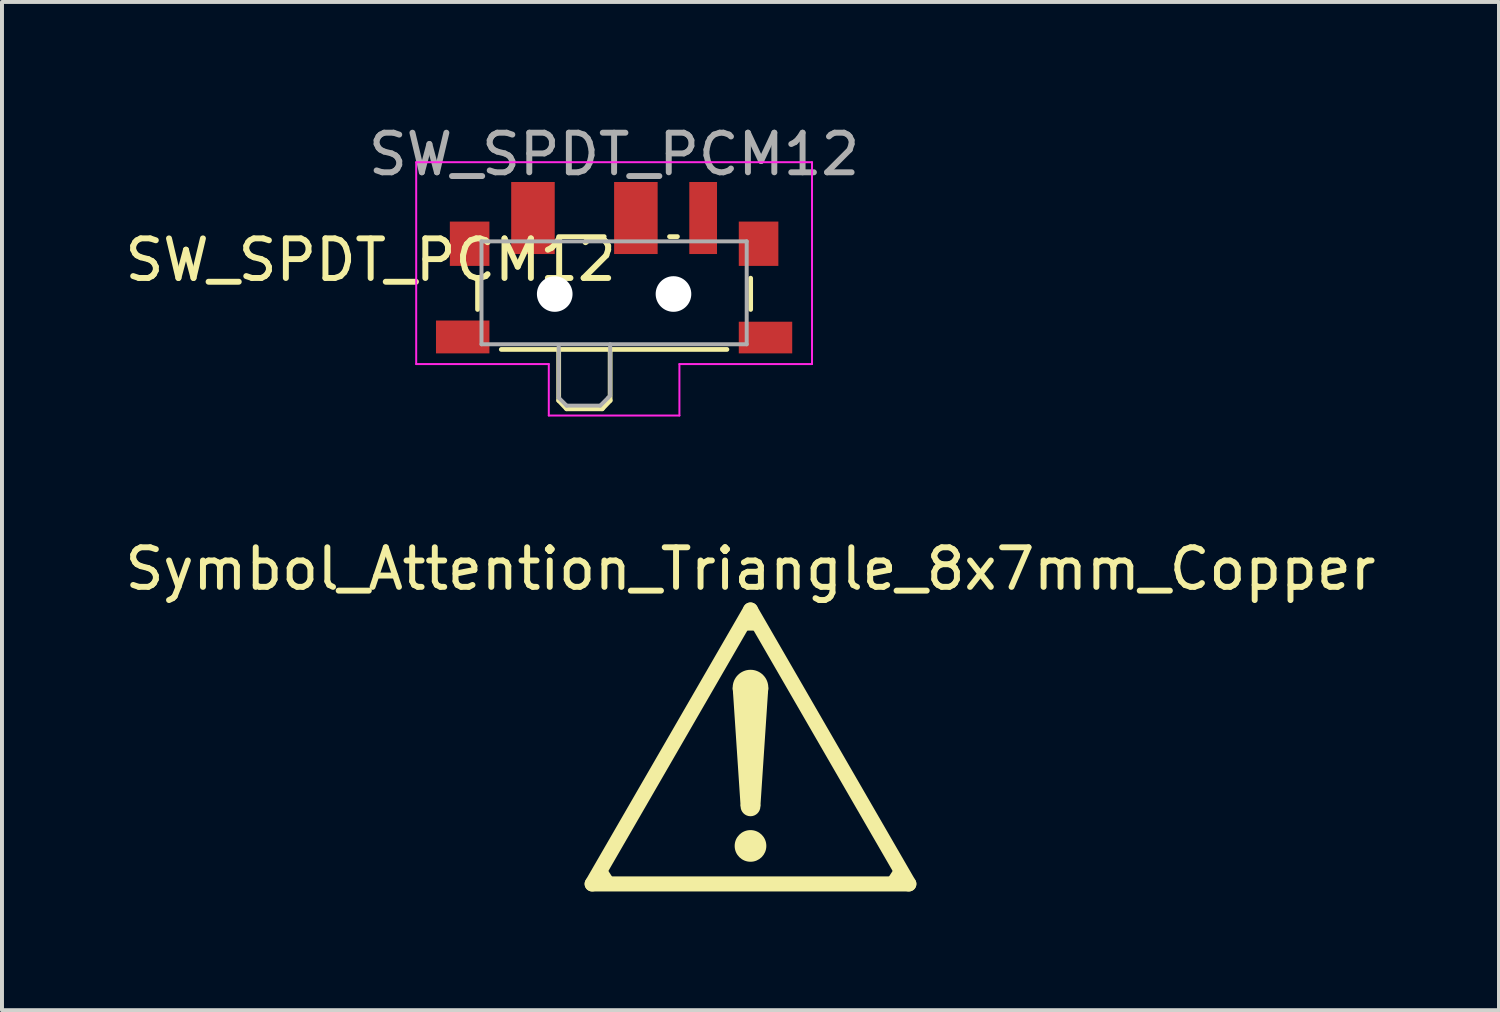
<source format=kicad_pcb>
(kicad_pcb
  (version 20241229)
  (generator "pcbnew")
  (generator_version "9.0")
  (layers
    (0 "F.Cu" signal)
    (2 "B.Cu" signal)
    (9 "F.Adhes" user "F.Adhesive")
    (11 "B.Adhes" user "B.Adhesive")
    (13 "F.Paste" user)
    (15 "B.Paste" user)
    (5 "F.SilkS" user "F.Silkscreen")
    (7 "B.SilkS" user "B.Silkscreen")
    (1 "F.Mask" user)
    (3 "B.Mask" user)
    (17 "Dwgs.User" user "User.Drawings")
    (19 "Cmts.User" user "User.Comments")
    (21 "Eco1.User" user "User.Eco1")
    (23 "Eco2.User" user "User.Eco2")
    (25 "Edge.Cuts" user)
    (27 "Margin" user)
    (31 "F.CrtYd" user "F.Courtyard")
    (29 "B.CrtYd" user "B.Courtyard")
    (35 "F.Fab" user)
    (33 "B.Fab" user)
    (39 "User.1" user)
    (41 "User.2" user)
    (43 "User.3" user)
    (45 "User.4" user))
  (footprint "SW_SPDT_PCM12"
    (layer "F.Cu")
    (at 12.465 4.048)
    (property "Reference" "SW_SPDT_PCM12" (at -6.15 -0.53 0) (layer "F.SilkS") (effects (font (size 1 1) (thickness 0.15))))
    (attr smd)
    (fp_line (start -3.45 -0.07) (end -3.45 0.72) (stroke (width 0.12) (type solid)) (layer "F.SilkS"))
    (fp_line (start -2.85 1.73) (end 2.85 1.73) (stroke (width 0.12) (type solid)) (layer "F.SilkS"))
    (fp_line (start -1.4 -1.12) (end -0.25 -1.12) (stroke (width 0.12) (type solid)) (layer "F.SilkS"))
    (fp_line (start -1.4 1.73) (end -1.4 3.02) (stroke (width 0.12) (type solid)) (layer "F.SilkS"))
    (fp_line (start -1.4 3.02) (end -1.2 3.23) (stroke (width 0.12) (type solid)) (layer "F.SilkS"))
    (fp_line (start -1.2 3.23) (end -0.3 3.23) (stroke (width 0.12) (type solid)) (layer "F.SilkS"))
    (fp_line (start -0.1 3.02) (end -0.3 3.23) (stroke (width 0.12) (type solid)) (layer "F.SilkS"))
    (fp_line (start -0.1 3.02) (end -0.1 1.73) (stroke (width 0.12) (type solid)) (layer "F.SilkS"))
    (fp_line (start 1.4 -1.12) (end 1.6 -1.12) (stroke (width 0.12) (type solid)) (layer "F.SilkS"))
    (fp_line (start 3.45 0.72) (end 3.45 -0.07) (stroke (width 0.12) (type solid)) (layer "F.SilkS"))
    (fp_line (start -5 -3) (end 5 -3) (stroke (width 0.05) (type solid)) (layer "F.CrtYd"))
    (fp_line (start -5 2.1) (end -5 -3) (stroke (width 0.05) (type solid)) (layer "F.CrtYd"))
    (fp_line (start -1.65 2.1) (end -5 2.1) (stroke (width 0.05) (type solid)) (layer "F.CrtYd"))
    (fp_line (start -1.65 3.4) (end -1.65 2.1) (stroke (width 0.05) (type solid)) (layer "F.CrtYd"))
    (fp_line (start 1.65 2.1) (end 1.65 3.4) (stroke (width 0.05) (type solid)) (layer "F.CrtYd"))
    (fp_line (start 1.65 3.4) (end -1.65 3.4) (stroke (width 0.05) (type solid)) (layer "F.CrtYd"))
    (fp_line (start 5 -3) (end 5 2.1) (stroke (width 0.05) (type solid)) (layer "F.CrtYd"))
    (fp_line (start 5 2.1) (end 1.65 2.1) (stroke (width 0.05) (type solid)) (layer "F.CrtYd"))
    (fp_line (start -3.35 -1) (end -3.35 1.6) (stroke (width 0.1) (type solid)) (layer "F.Fab"))
    (fp_line (start -3.35 1.6) (end 3.35 1.6) (stroke (width 0.1) (type solid)) (layer "F.Fab"))
    (fp_line (start -1.4 1.65) (end -1.4 2.95) (stroke (width 0.1) (type solid)) (layer "F.Fab"))
    (fp_line (start -1.4 2.95) (end -1.2 3.15) (stroke (width 0.1) (type solid)) (layer "F.Fab"))
    (fp_line (start -1.2 3.15) (end -0.35 3.15) (stroke (width 0.1) (type solid)) (layer "F.Fab"))
    (fp_line (start -0.35 3.15) (end -0.15 2.95) (stroke (width 0.1) (type solid)) (layer "F.Fab"))
    (fp_line (start -0.15 2.95) (end -0.1 2.9) (stroke (width 0.1) (type solid)) (layer "F.Fab"))
    (fp_line (start -0.1 2.9) (end -0.1 1.6) (stroke (width 0.1) (type solid)) (layer "F.Fab"))
    (fp_line (start 3.35 -1) (end -3.35 -1) (stroke (width 0.1) (type solid)) (layer "F.Fab"))
    (fp_line (start 3.35 1.6) (end 3.35 -1) (stroke (width 0.1) (type solid)) (layer "F.Fab"))
    (fp_text user "${REFERENCE}" (at 0 -3.2 0) (layer "F.Fab") (effects (font (size 1 1) (thickness 0.15))))
    (pad "" smd rect (at -3.825 1.415) (size 1.35 0.83) (layers "F.Cu" "F.Mask" "F.Paste"))
    (pad "" smd rect (at -3.65 -0.94) (size 1 1.12) (layers "F.Cu" "F.Mask" "F.Paste"))
    (pad "" np_thru_hole circle (at -1.5 0.33) (size 0.9 0.9) (drill 0.9) (layers "*.Cu" "*.Mask"))
    (pad "" np_thru_hole circle (at 1.5 0.33) (size 0.9 0.9) (drill 0.9) (layers "*.Cu" "*.Mask"))
    (pad "" smd rect (at 3.65 -0.94) (size 1 1.12) (layers "F.Cu" "F.Mask" "F.Paste"))
    (pad "" smd rect (at 3.825 1.43) (size 1.35 0.8) (layers "F.Cu" "F.Mask" "F.Paste"))
    (pad "1" smd rect (at -2.05 -1.59) (size 1.1 1.82) (layers "F.Cu" "F.Mask" "F.Paste"))
    (pad "2" smd rect (at 0.55 -1.59) (size 1.1 1.82) (layers "F.Cu" "F.Mask" "F.Paste"))
    (pad "3" smd rect (at 2.25 -1.59) (size 0.7 1.82) (layers "F.Cu" "F.Mask" "F.Paste")))
  (footprint "Symbol_Attention_Triangle_8x7mm_Copper"
    (layer "F.Cu")
    (at 15.911 15.822)
    (property "Reference" "Symbol_Attention_Triangle_8x7mm_Copper" (at 0 -4.5 0) (layer "F.SilkS") (effects (font (size 1 1) (thickness 0.15))))
    (attr exclude_from_pos_files exclude_from_bom allow_missing_courtyard)
    (fp_line (start -4 3.46) (end -0.000048 -3.46) (stroke (width 0.381) (type solid)) (layer "F.SilkS"))
    (fp_line (start -3.51 3.44) (end -3.776 3.031) (stroke (width 0.2) (type default)) (layer "F.SilkS"))
    (fp_line (start -0.15 -3.04) (end 0.16 -3.04) (stroke (width 0.2) (type default)) (layer "F.SilkS"))
    (fp_line (start 0 -3.46) (end 4 3.46) (stroke (width 0.381) (type solid)) (layer "F.SilkS"))
    (fp_line (start 3.51 3.44) (end 3.776 3.031) (stroke (width 0.2) (type default)) (layer "F.SilkS"))
    (fp_line (start 4 3.46) (end -4 3.46) (stroke (width 0.381) (type solid)) (layer "F.SilkS"))
    (fp_circle (center 0 -1.5) (end 0.45 -1.5) (stroke (width 0) (type solid)) (fill yes) (layer "F.SilkS"))
    (fp_circle (center 0 1.5) (end 0.25 1.5) (stroke (width 0) (type solid)) (fill yes) (layer "F.SilkS"))
    (fp_circle (center 0 2.5) (end 0.4 2.5) (stroke (width 0) (type solid)) (fill yes) (layer "F.SilkS"))
    (fp_poly (pts (xy -0.25 1.5) (xy 0.25 1.5) (xy 0.45 -1.5) (xy -0.45 -1.5)) (stroke (width 0) (type solid)) (fill yes) (layer "F.SilkS")))
  (gr_rect
    (start -3 -3)
    (end 34.821 22.472)
    (stroke (width 0.1) (type default))
    (fill no)
    (layer "Edge.Cuts")))
</source>
